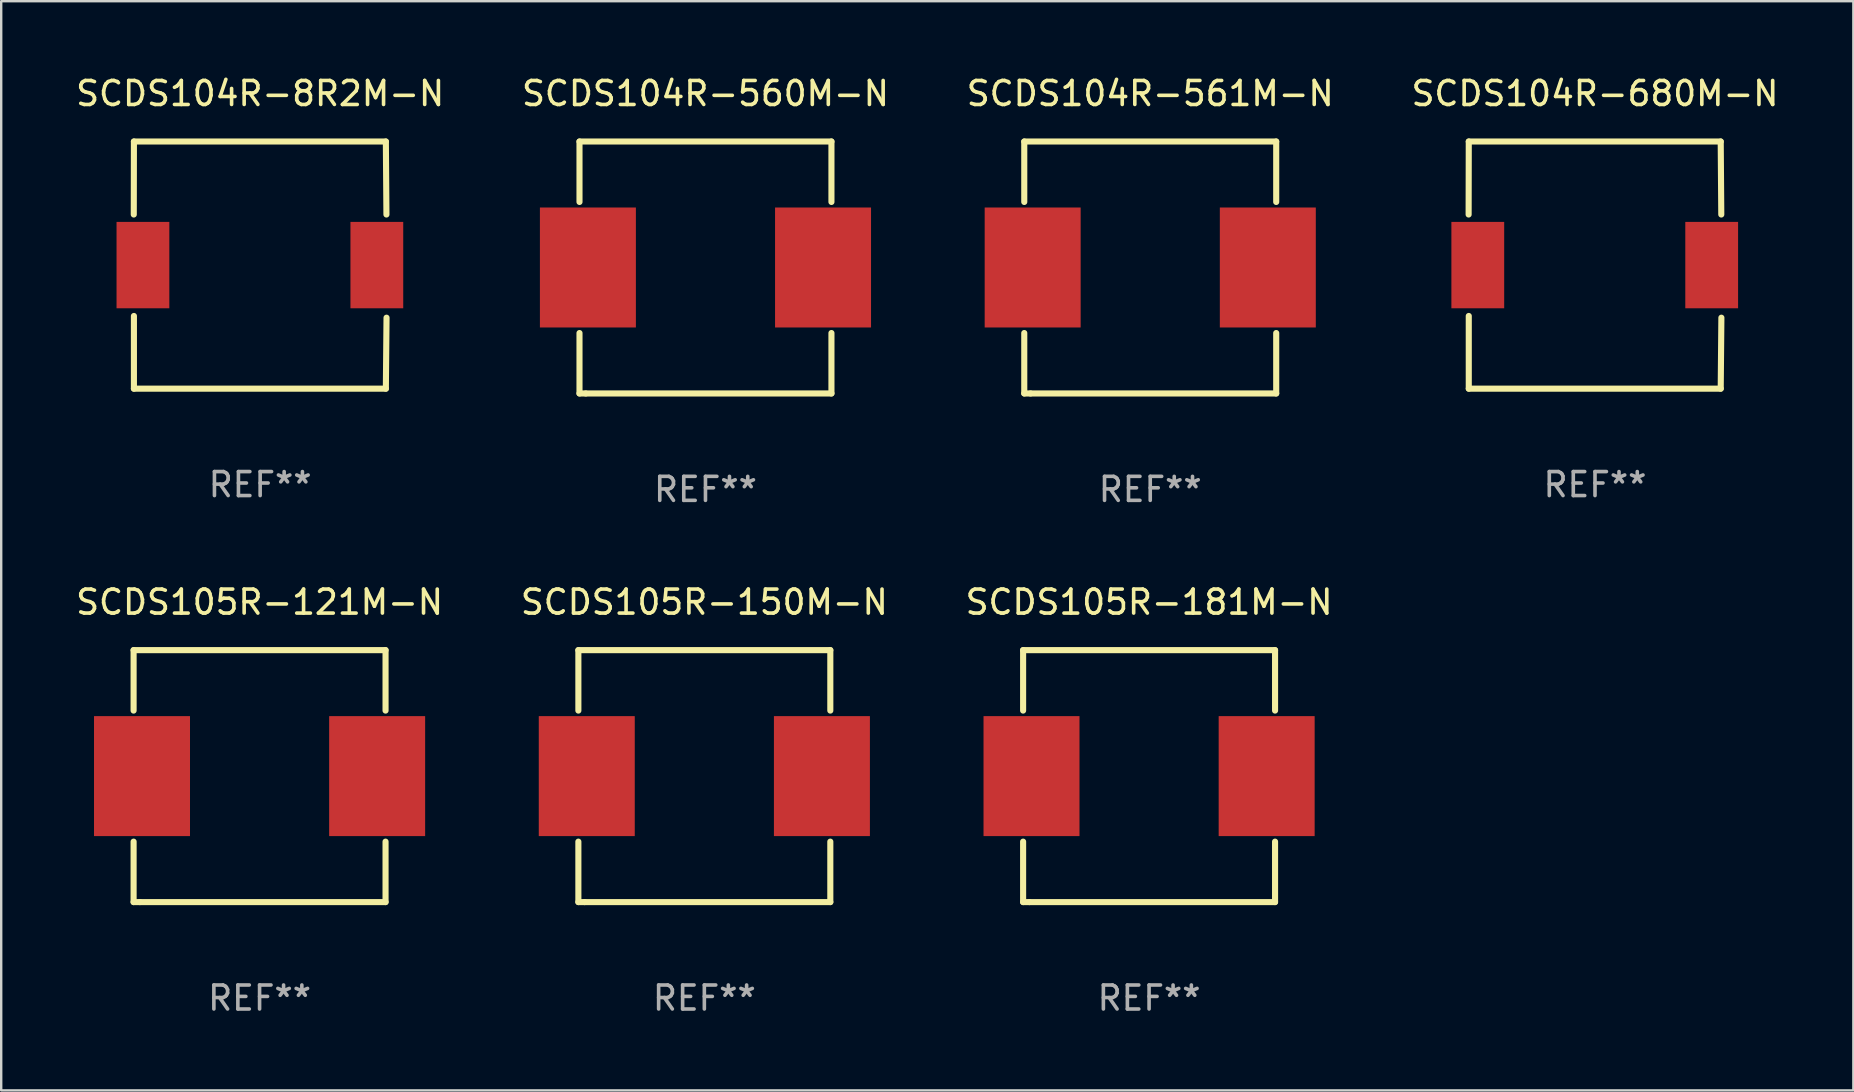
<source format=kicad_pcb>
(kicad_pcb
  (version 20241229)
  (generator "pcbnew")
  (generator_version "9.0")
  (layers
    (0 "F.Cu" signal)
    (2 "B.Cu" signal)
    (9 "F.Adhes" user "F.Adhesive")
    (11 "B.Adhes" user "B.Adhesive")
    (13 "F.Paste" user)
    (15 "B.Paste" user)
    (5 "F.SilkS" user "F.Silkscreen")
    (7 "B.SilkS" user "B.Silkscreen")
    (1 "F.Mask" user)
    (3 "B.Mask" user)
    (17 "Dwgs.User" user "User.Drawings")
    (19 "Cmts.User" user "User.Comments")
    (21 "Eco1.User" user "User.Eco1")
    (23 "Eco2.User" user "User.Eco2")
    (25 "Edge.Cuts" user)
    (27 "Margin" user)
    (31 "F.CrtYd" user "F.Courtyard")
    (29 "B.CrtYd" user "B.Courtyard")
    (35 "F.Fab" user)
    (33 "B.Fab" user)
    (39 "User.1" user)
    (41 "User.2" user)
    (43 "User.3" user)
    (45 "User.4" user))
  (footprint "SCDS105R-150M-N"
    (layer "F.Cu")
    (at 26.304 29.295)
    (property "Reference" "SCDS105R-150M-N" (at 0 -7.25 0) (layer "F.SilkS") (effects (font (size 1 1) (thickness 0.15))))
    (attr through_hole)
    (fp_line (start -5.25 -5.25) (end -5.25 -2.731) (stroke (width 0.254) (type solid)) (layer "F.SilkS"))
    (fp_line (start -5.25 -5.25) (end 5.25 -5.25) (stroke (width 0.254) (type solid)) (layer "F.SilkS"))
    (fp_line (start -5.25 2.731) (end -5.25 5.25) (stroke (width 0.254) (type solid)) (layer "F.SilkS"))
    (fp_line (start -4.989 5.25) (end -5.25 5.25) (stroke (width 0.254) (type solid)) (layer "F.SilkS"))
    (fp_line (start 5.25 -5.25) (end 5.25 -2.731) (stroke (width 0.254) (type solid)) (layer "F.SilkS"))
    (fp_line (start 5.25 2.731) (end 5.25 5.25) (stroke (width 0.254) (type solid)) (layer "F.SilkS"))
    (fp_line (start 5.25 5.25) (end -4.989 5.25) (stroke (width 0.254) (type solid)) (layer "F.SilkS"))
    (fp_circle (center -5.25 5.25) (end -5.22 5.25) (stroke (width 0.06) (type solid)) (fill no) (layer "F.SilkS"))
    (fp_text user "REF**" (at 0 9.25 0) (layer "F.Fab") (effects (font (size 1 1) (thickness 0.15))))
    (pad "1" smd rect (at -4.9 -0.000013) (size 4 5) (layers "F.Cu" "F.Mask" "F.Paste"))
    (pad "2" smd rect (at 4.9 -0.000013) (size 4 5) (layers "F.Cu" "F.Mask" "F.Paste")))
  (footprint "SCDS104R-561M-N"
    (layer "F.Cu")
    (at 44.887 8.098)
    (property "Reference" "SCDS104R-561M-N" (at 0 -7.25 0) (layer "F.SilkS") (effects (font (size 1 1) (thickness 0.15))))
    (attr through_hole)
    (fp_line (start -5.25 -5.25) (end -5.25 -2.731) (stroke (width 0.254) (type solid)) (layer "F.SilkS"))
    (fp_line (start -5.25 -5.25) (end 5.25 -5.25) (stroke (width 0.254) (type solid)) (layer "F.SilkS"))
    (fp_line (start -5.25 2.731) (end -5.25 5.25) (stroke (width 0.254) (type solid)) (layer "F.SilkS"))
    (fp_line (start -4.989 5.25) (end -5.25 5.25) (stroke (width 0.254) (type solid)) (layer "F.SilkS"))
    (fp_line (start 5.25 -5.25) (end 5.25 -2.731) (stroke (width 0.254) (type solid)) (layer "F.SilkS"))
    (fp_line (start 5.25 2.731) (end 5.25 5.25) (stroke (width 0.254) (type solid)) (layer "F.SilkS"))
    (fp_line (start 5.25 5.25) (end -4.989 5.25) (stroke (width 0.254) (type solid)) (layer "F.SilkS"))
    (fp_circle (center -5.25 5.25) (end -5.22 5.25) (stroke (width 0.06) (type solid)) (fill no) (layer "F.SilkS"))
    (fp_text user "REF**" (at 0 9.25 0) (layer "F.Fab") (effects (font (size 1 1) (thickness 0.15))))
    (pad "1" smd rect (at -4.9 -0.000013) (size 4 5) (layers "F.Cu" "F.Mask" "F.Paste"))
    (pad "2" smd rect (at 4.9 -0.000013) (size 4 5) (layers "F.Cu" "F.Mask" "F.Paste")))
  (footprint "SCDS104R-560M-N"
    (layer "F.Cu")
    (at 26.351 8.098)
    (property "Reference" "SCDS104R-560M-N" (at 0 -7.25 0) (layer "F.SilkS") (effects (font (size 1 1) (thickness 0.15))))
    (attr through_hole)
    (fp_line (start -5.25 -5.25) (end -5.25 -2.731) (stroke (width 0.254) (type solid)) (layer "F.SilkS"))
    (fp_line (start -5.25 -5.25) (end 5.25 -5.25) (stroke (width 0.254) (type solid)) (layer "F.SilkS"))
    (fp_line (start -5.25 2.731) (end -5.25 5.25) (stroke (width 0.254) (type solid)) (layer "F.SilkS"))
    (fp_line (start -4.989 5.25) (end -5.25 5.25) (stroke (width 0.254) (type solid)) (layer "F.SilkS"))
    (fp_line (start 5.25 -5.25) (end 5.25 -2.731) (stroke (width 0.254) (type solid)) (layer "F.SilkS"))
    (fp_line (start 5.25 2.731) (end 5.25 5.25) (stroke (width 0.254) (type solid)) (layer "F.SilkS"))
    (fp_line (start 5.25 5.25) (end -4.989 5.25) (stroke (width 0.254) (type solid)) (layer "F.SilkS"))
    (fp_circle (center -5.25 5.25) (end -5.22 5.25) (stroke (width 0.06) (type solid)) (fill no) (layer "F.SilkS"))
    (fp_text user "REF**" (at 0 9.25 0) (layer "F.Fab") (effects (font (size 1 1) (thickness 0.15))))
    (pad "1" smd rect (at -4.9 -0.000013) (size 4 5) (layers "F.Cu" "F.Mask" "F.Paste"))
    (pad "2" smd rect (at 4.9 -0.000013) (size 4 5) (layers "F.Cu" "F.Mask" "F.Paste")))
  (footprint "SCDS105R-181M-N"
    (layer "F.Cu")
    (at 44.839 29.295)
    (property "Reference" "SCDS105R-181M-N" (at 0 -7.25 0) (layer "F.SilkS") (effects (font (size 1 1) (thickness 0.15))))
    (attr through_hole)
    (fp_line (start -5.25 -5.25) (end -5.25 -2.731) (stroke (width 0.254) (type solid)) (layer "F.SilkS"))
    (fp_line (start -5.25 -5.25) (end 5.25 -5.25) (stroke (width 0.254) (type solid)) (layer "F.SilkS"))
    (fp_line (start -5.25 2.731) (end -5.25 5.25) (stroke (width 0.254) (type solid)) (layer "F.SilkS"))
    (fp_line (start -4.989 5.25) (end -5.25 5.25) (stroke (width 0.254) (type solid)) (layer "F.SilkS"))
    (fp_line (start 5.25 -5.25) (end 5.25 -2.731) (stroke (width 0.254) (type solid)) (layer "F.SilkS"))
    (fp_line (start 5.25 2.731) (end 5.25 5.25) (stroke (width 0.254) (type solid)) (layer "F.SilkS"))
    (fp_line (start 5.25 5.25) (end -4.989 5.25) (stroke (width 0.254) (type solid)) (layer "F.SilkS"))
    (fp_circle (center -5.25 5.25) (end -5.22 5.25) (stroke (width 0.06) (type solid)) (fill no) (layer "F.SilkS"))
    (fp_text user "REF**" (at 0 9.25 0) (layer "F.Fab") (effects (font (size 1 1) (thickness 0.15))))
    (pad "1" smd rect (at -4.9 -0.000013) (size 4 5) (layers "F.Cu" "F.Mask" "F.Paste"))
    (pad "2" smd rect (at 4.9 -0.000013) (size 4 5) (layers "F.Cu" "F.Mask" "F.Paste")))
  (footprint "SCDS104R-680M-N"
    (layer "F.Cu")
    (at 63.423 7.998)
    (property "Reference" "SCDS104R-680M-N" (at 0 -7.15 0) (layer "F.SilkS") (effects (font (size 1 1) (thickness 0.15))))
    (attr through_hole)
    (fp_line (start -5.267 -2.108) (end -5.261 -5.15) (stroke (width 0.254) (type solid)) (layer "F.SilkS"))
    (fp_line (start -5.261 -5.15) (end 5.239 -5.15) (stroke (width 0.254) (type solid)) (layer "F.SilkS"))
    (fp_line (start -5.261 5.15) (end -5.261 2.12) (stroke (width 0.254) (type solid)) (layer "F.SilkS"))
    (fp_line (start 5.239 -5.15) (end 5.263 -2.108) (stroke (width 0.254) (type solid)) (layer "F.SilkS"))
    (fp_line (start 5.239 5.15) (end -5.261 5.15) (stroke (width 0.254) (type solid)) (layer "F.SilkS"))
    (fp_line (start 5.267 2.192) (end 5.239 5.15) (stroke (width 0.254) (type solid)) (layer "F.SilkS"))
    (fp_circle (center -5.261 5.15) (end -5.231 5.15) (stroke (width 0.06) (type solid)) (fill no) (layer "F.SilkS"))
    (fp_text user "REF**" (at 0 9.15 0) (layer "F.Fab") (effects (font (size 1 1) (thickness 0.15))))
    (pad "1" smd rect (at -4.885 0) (size 2.2 3.6) (layers "F.Cu" "F.Mask" "F.Paste"))
    (pad "2" smd rect (at 4.863 0) (size 2.2 3.6) (layers "F.Cu" "F.Mask" "F.Paste")))
  (footprint "SCDS104R-8R2M-N"
    (layer "F.Cu")
    (at 7.792 7.998)
    (property "Reference" "SCDS104R-8R2M-N" (at 0 -7.15 0) (layer "F.SilkS") (effects (font (size 1 1) (thickness 0.15))))
    (attr through_hole)
    (fp_line (start -5.267 -2.108) (end -5.261 -5.15) (stroke (width 0.254) (type solid)) (layer "F.SilkS"))
    (fp_line (start -5.261 -5.15) (end 5.239 -5.15) (stroke (width 0.254) (type solid)) (layer "F.SilkS"))
    (fp_line (start -5.261 5.15) (end -5.261 2.12) (stroke (width 0.254) (type solid)) (layer "F.SilkS"))
    (fp_line (start 5.239 -5.15) (end 5.263 -2.108) (stroke (width 0.254) (type solid)) (layer "F.SilkS"))
    (fp_line (start 5.239 5.15) (end -5.261 5.15) (stroke (width 0.254) (type solid)) (layer "F.SilkS"))
    (fp_line (start 5.267 2.192) (end 5.239 5.15) (stroke (width 0.254) (type solid)) (layer "F.SilkS"))
    (fp_circle (center -5.261 5.15) (end -5.231 5.15) (stroke (width 0.06) (type solid)) (fill no) (layer "F.SilkS"))
    (fp_text user "REF**" (at 0 9.15 0) (layer "F.Fab") (effects (font (size 1 1) (thickness 0.15))))
    (pad "1" smd rect (at -4.885 0) (size 2.2 3.6) (layers "F.Cu" "F.Mask" "F.Paste"))
    (pad "2" smd rect (at 4.863 0) (size 2.2 3.6) (layers "F.Cu" "F.Mask" "F.Paste")))
  (footprint "SCDS105R-121M-N"
    (layer "F.Cu")
    (at 7.768 29.295)
    (property "Reference" "SCDS105R-121M-N" (at 0 -7.25 0) (layer "F.SilkS") (effects (font (size 1 1) (thickness 0.15))))
    (attr through_hole)
    (fp_line (start -5.25 -5.25) (end -5.25 -2.731) (stroke (width 0.254) (type solid)) (layer "F.SilkS"))
    (fp_line (start -5.25 -5.25) (end 5.25 -5.25) (stroke (width 0.254) (type solid)) (layer "F.SilkS"))
    (fp_line (start -5.25 2.731) (end -5.25 5.25) (stroke (width 0.254) (type solid)) (layer "F.SilkS"))
    (fp_line (start -4.989 5.25) (end -5.25 5.25) (stroke (width 0.254) (type solid)) (layer "F.SilkS"))
    (fp_line (start 5.25 -5.25) (end 5.25 -2.731) (stroke (width 0.254) (type solid)) (layer "F.SilkS"))
    (fp_line (start 5.25 2.731) (end 5.25 5.25) (stroke (width 0.254) (type solid)) (layer "F.SilkS"))
    (fp_line (start 5.25 5.25) (end -4.989 5.25) (stroke (width 0.254) (type solid)) (layer "F.SilkS"))
    (fp_circle (center -5.25 5.25) (end -5.22 5.25) (stroke (width 0.06) (type solid)) (fill no) (layer "F.SilkS"))
    (fp_text user "REF**" (at 0 9.25 0) (layer "F.Fab") (effects (font (size 1 1) (thickness 0.15))))
    (pad "1" smd rect (at -4.9 -0.000013) (size 4 5) (layers "F.Cu" "F.Mask" "F.Paste"))
    (pad "2" smd rect (at 4.9 -0.000013) (size 4 5) (layers "F.Cu" "F.Mask" "F.Paste")))
  (gr_rect
    (start -3 -3)
    (end 74.19 42.393)
    (stroke (width 0.1) (type default))
    (fill no)
    (layer "Edge.Cuts")))
</source>
